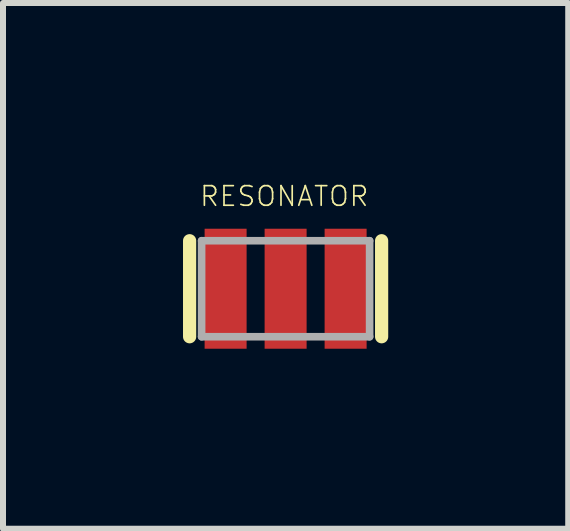
<source format=kicad_pcb>
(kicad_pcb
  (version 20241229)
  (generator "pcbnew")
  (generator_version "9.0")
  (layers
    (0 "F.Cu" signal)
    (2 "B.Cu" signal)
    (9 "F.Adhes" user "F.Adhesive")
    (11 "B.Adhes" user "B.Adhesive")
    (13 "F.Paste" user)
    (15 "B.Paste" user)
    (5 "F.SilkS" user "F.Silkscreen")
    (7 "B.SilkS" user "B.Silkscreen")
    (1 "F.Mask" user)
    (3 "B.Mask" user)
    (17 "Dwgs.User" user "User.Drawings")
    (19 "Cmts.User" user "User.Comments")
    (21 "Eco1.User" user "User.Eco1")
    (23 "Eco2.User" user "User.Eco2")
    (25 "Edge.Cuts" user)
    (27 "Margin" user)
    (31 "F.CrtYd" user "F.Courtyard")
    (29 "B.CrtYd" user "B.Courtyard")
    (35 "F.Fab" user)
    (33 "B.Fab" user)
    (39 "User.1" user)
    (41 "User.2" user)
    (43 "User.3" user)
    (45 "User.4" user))
  (footprint "RESONATOR"
    (layer "F.Cu")
    (at 1.71 1.762)
    (property "Reference" "RESONATOR" (at -1.45 -1.35 0) (unlocked yes) (layer "F.SilkS") (effects (font (size 0.327 0.327) (thickness 0.028)) (justify left bottom)))
    (fp_line (start -1.6 -0.8) (end -1.6 0.8) (stroke (width 0.22) (type solid)) (layer "F.SilkS"))
    (fp_line (start 1.6 -0.8) (end 1.6 0.8) (stroke (width 0.22) (type solid)) (layer "F.SilkS"))
    (fp_line (start -1.4 -0.8) (end 1.4 -0.8) (stroke (width 0.127) (type solid)) (layer "F.Fab"))
    (fp_line (start -1.4 0.8) (end -1.4 -0.8) (stroke (width 0.127) (type solid)) (layer "F.Fab"))
    (fp_line (start 1.4 -0.8) (end 1.4 0.8) (stroke (width 0.127) (type solid)) (layer "F.Fab"))
    (fp_line (start 1.4 0.8) (end -1.4 0.8) (stroke (width 0.127) (type solid)) (layer "F.Fab"))
    (pad "1" smd rect (at -1 0 90) (size 2 0.7) (layers "F.Cu" "F.Mask" "F.Paste"))
    (pad "2" smd rect (at 0 0 90) (size 2 0.7) (layers "F.Cu" "F.Mask" "F.Paste"))
    (pad "3" smd rect (at 1 0 90) (size 2 0.7) (layers "F.Cu" "F.Mask" "F.Paste")))
  (gr_rect
    (start -3 -3)
    (end 6.42 5.762)
    (stroke (width 0.1) (type default))
    (fill no)
    (layer "Edge.Cuts")))
</source>
